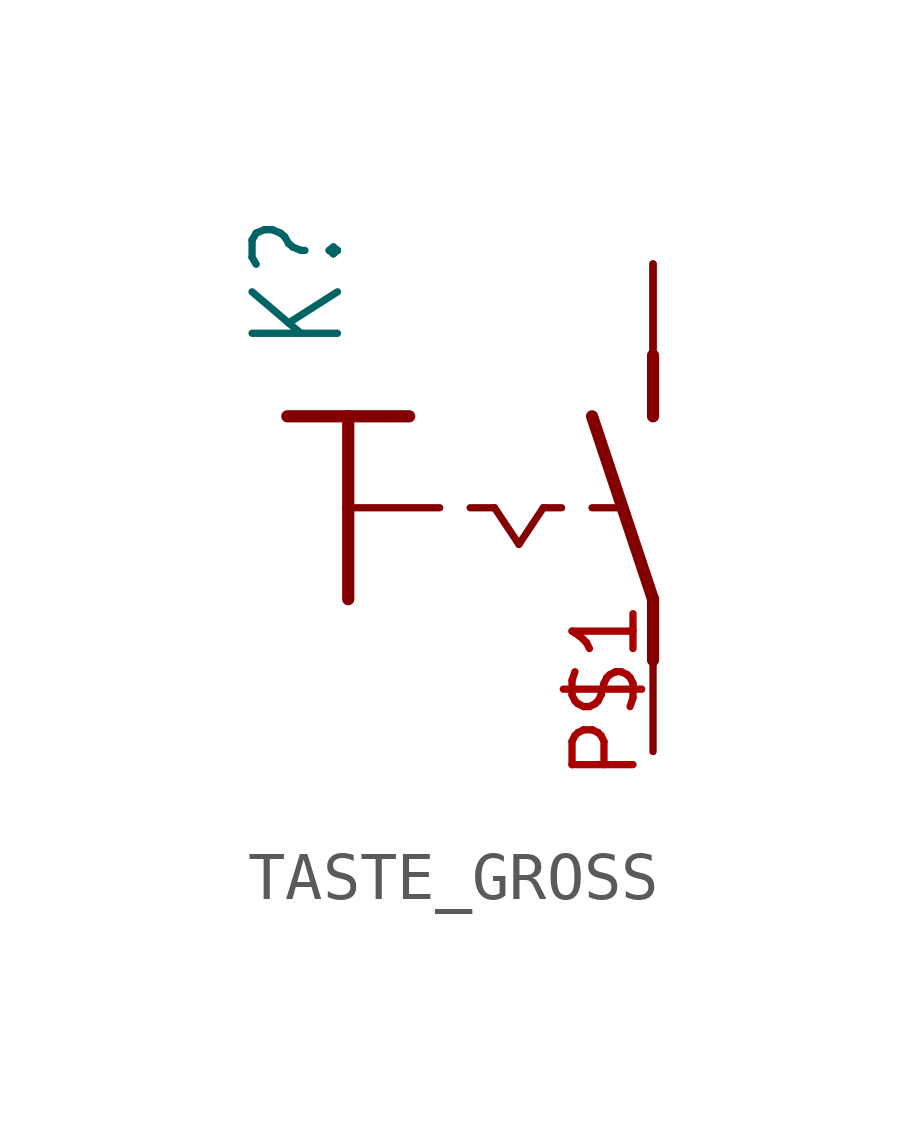
<source format=kicad_sym>
(kicad_symbol_lib
  (version 20231120)
  (generator "kicad_symbol_editor")
  (generator_version "8.0")
  (symbol "TASTE_GROSS"
    (property "Reference" "K"
      (at -3.81 3.175 90)
      (effects (font (size 1.778 1.511)) (justify left bottom)))
    (property "Value" ""
      (at -1.27 3.175 90)
      (effects (font (size 1.778 1.511)) (justify left bottom)))
    (property "ki_locked" ""
      (at 0 0 0)
      (effects (font (size 1.27 1.27))))
    (symbol "TASTE_GROSS_1_0"
      (polyline (pts (xy -5.08 1.905) (xy -3.81 1.905)) (stroke (width 0.254) (type solid)) (fill (type none)))
      (polyline (pts (xy -3.81 0) (xy -3.81 -1.905)) (stroke (width 0.254) (type solid)) (fill (type none)))
      (polyline (pts (xy -3.81 0) (xy -1.905 0)) (stroke (width 0.152) (type solid)) (fill (type none)))
      (polyline (pts (xy -3.81 1.905) (xy -3.81 0)) (stroke (width 0.254) (type solid)) (fill (type none)))
      (polyline (pts (xy -3.81 1.905) (xy -2.54 1.905)) (stroke (width 0.254) (type solid)) (fill (type none)))
      (polyline (pts (xy -1.27 0) (xy -0.762 0)) (stroke (width 0.152) (type solid)) (fill (type none)))
      (polyline (pts (xy -0.762 0) (xy -0.254 -0.762)) (stroke (width 0.152) (type solid)) (fill (type none)))
      (polyline (pts (xy -0.254 -0.762) (xy 0.254 0)) (stroke (width 0.152) (type solid)) (fill (type none)))
      (polyline (pts (xy 0.254 0) (xy 0.635 0)) (stroke (width 0.152) (type solid)) (fill (type none)))
      (polyline (pts (xy 1.27 0) (xy 1.905 0)) (stroke (width 0.152) (type solid)) (fill (type none)))
      (polyline (pts (xy 2.54 -3.175) (xy 2.54 -1.905)) (stroke (width 0.254) (type solid)) (fill (type none)))
      (polyline (pts (xy 2.54 -1.905) (xy 1.27 1.905)) (stroke (width 0.254) (type solid)) (fill (type none)))
      (polyline (pts (xy 2.54 1.905) (xy 2.54 3.175)) (stroke (width 0.254) (type solid)) (fill (type none)))
      (pin passive line (at 2.54 -5.08 90) (length 2.54) (name "P" (effects (font (size 0 0)))) (number "P$1" (effects (font (size 1.27 1.27)))))
      (pin passive line (at 2.54 5.08 270) (length 2.54) (name "S" (effects (font (size 0 0)))) (number "P$2" (effects (font (size 0 0)))))
      (pin passive line (at 2.54 5.08 270) (length 2.54) (name "S" (effects (font (size 0 0)))) (number "P$3" (effects (font (size 0 0))))))))
</source>
